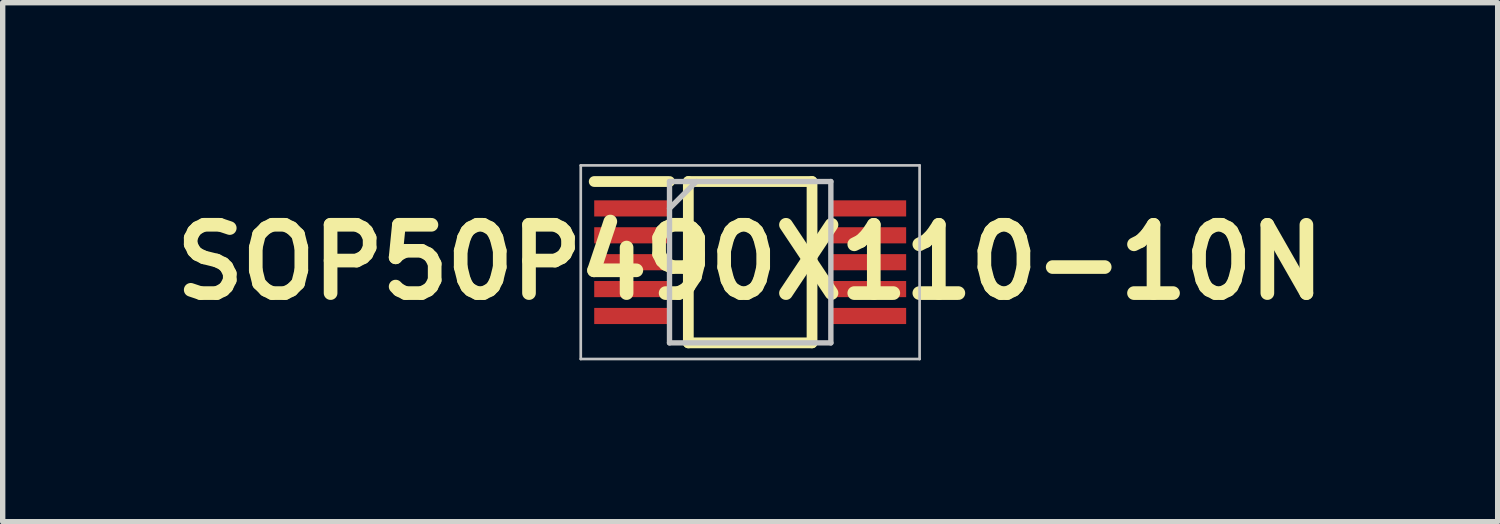
<source format=kicad_pcb>
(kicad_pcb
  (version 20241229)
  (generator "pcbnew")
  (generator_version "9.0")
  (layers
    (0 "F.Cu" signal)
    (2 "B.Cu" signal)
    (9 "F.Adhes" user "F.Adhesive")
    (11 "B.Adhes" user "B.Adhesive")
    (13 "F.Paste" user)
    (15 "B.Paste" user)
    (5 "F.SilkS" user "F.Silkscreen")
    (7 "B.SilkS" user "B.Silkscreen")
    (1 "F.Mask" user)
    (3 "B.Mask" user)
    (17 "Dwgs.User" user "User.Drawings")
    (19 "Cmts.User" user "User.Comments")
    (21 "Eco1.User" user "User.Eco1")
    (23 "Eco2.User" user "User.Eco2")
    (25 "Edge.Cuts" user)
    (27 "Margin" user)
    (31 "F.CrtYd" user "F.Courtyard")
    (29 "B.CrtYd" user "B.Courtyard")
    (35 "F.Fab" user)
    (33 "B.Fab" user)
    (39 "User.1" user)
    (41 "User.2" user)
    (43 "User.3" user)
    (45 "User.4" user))
  (footprint "SOP50P490X110-10N"
    (layer "F.Cu")
    (at 10.898 1.825)
    (property "Reference" "SOP50P490X110-10N" (at 0 0 0) (layer "F.SilkS") (effects (font (size 1.27 1.27) (thickness 0.254))))
    (attr smd)
    (fp_line (start -2.9 -1.5) (end -1.5 -1.5) (stroke (width 0.2) (type solid)) (layer "F.SilkS"))
    (fp_line (start -1.15 -1.5) (end 1.15 -1.5) (stroke (width 0.2) (type solid)) (layer "F.SilkS"))
    (fp_line (start -1.15 1.5) (end -1.15 -1.5) (stroke (width 0.2) (type solid)) (layer "F.SilkS"))
    (fp_line (start 1.15 -1.5) (end 1.15 1.5) (stroke (width 0.2) (type solid)) (layer "F.SilkS"))
    (fp_line (start 1.15 1.5) (end -1.15 1.5) (stroke (width 0.2) (type solid)) (layer "F.SilkS"))
    (fp_line (start -3.15 -1.8) (end 3.15 -1.8) (stroke (width 0.05) (type solid)) (layer "Dwgs.User"))
    (fp_line (start -3.15 1.8) (end -3.15 -1.8) (stroke (width 0.05) (type solid)) (layer "Dwgs.User"))
    (fp_line (start -1.5 -1.5) (end 1.5 -1.5) (stroke (width 0.1) (type solid)) (layer "Dwgs.User"))
    (fp_line (start -1.5 -1) (end -1 -1.5) (stroke (width 0.1) (type solid)) (layer "Dwgs.User"))
    (fp_line (start -1.5 1.5) (end -1.5 -1.5) (stroke (width 0.1) (type solid)) (layer "Dwgs.User"))
    (fp_line (start 1.5 -1.5) (end 1.5 1.5) (stroke (width 0.1) (type solid)) (layer "Dwgs.User"))
    (fp_line (start 1.5 1.5) (end -1.5 1.5) (stroke (width 0.1) (type solid)) (layer "Dwgs.User"))
    (fp_line (start 3.15 -1.8) (end 3.15 1.8) (stroke (width 0.05) (type solid)) (layer "Dwgs.User"))
    (fp_line (start 3.15 1.8) (end -3.15 1.8) (stroke (width 0.05) (type solid)) (layer "Dwgs.User"))
    (pad "1" smd rect (at -2.2 -1 90) (size 0.3 1.4) (layers "F.Cu" "F.Mask" "F.Paste"))
    (pad "2" smd rect (at -2.2 -0.5 90) (size 0.3 1.4) (layers "F.Cu" "F.Mask" "F.Paste"))
    (pad "3" smd rect (at -2.2 0 90) (size 0.3 1.4) (layers "F.Cu" "F.Mask" "F.Paste"))
    (pad "4" smd rect (at -2.2 0.5 90) (size 0.3 1.4) (layers "F.Cu" "F.Mask" "F.Paste"))
    (pad "5" smd rect (at -2.2 1 90) (size 0.3 1.4) (layers "F.Cu" "F.Mask" "F.Paste"))
    (pad "6" smd rect (at 2.2 1 90) (size 0.3 1.4) (layers "F.Cu" "F.Mask" "F.Paste"))
    (pad "7" smd rect (at 2.2 0.5 90) (size 0.3 1.4) (layers "F.Cu" "F.Mask" "F.Paste"))
    (pad "8" smd rect (at 2.2 0 90) (size 0.3 1.4) (layers "F.Cu" "F.Mask" "F.Paste"))
    (pad "9" smd rect (at 2.2 -0.5 90) (size 0.3 1.4) (layers "F.Cu" "F.Mask" "F.Paste"))
    (pad "10" smd rect (at 2.2 -1 90) (size 0.3 1.4) (layers "F.Cu" "F.Mask" "F.Paste")))
  (gr_rect
    (start -3 -3)
    (end 24.796 6.65)
    (stroke (width 0.1) (type default))
    (fill no)
    (layer "Edge.Cuts")))
</source>
